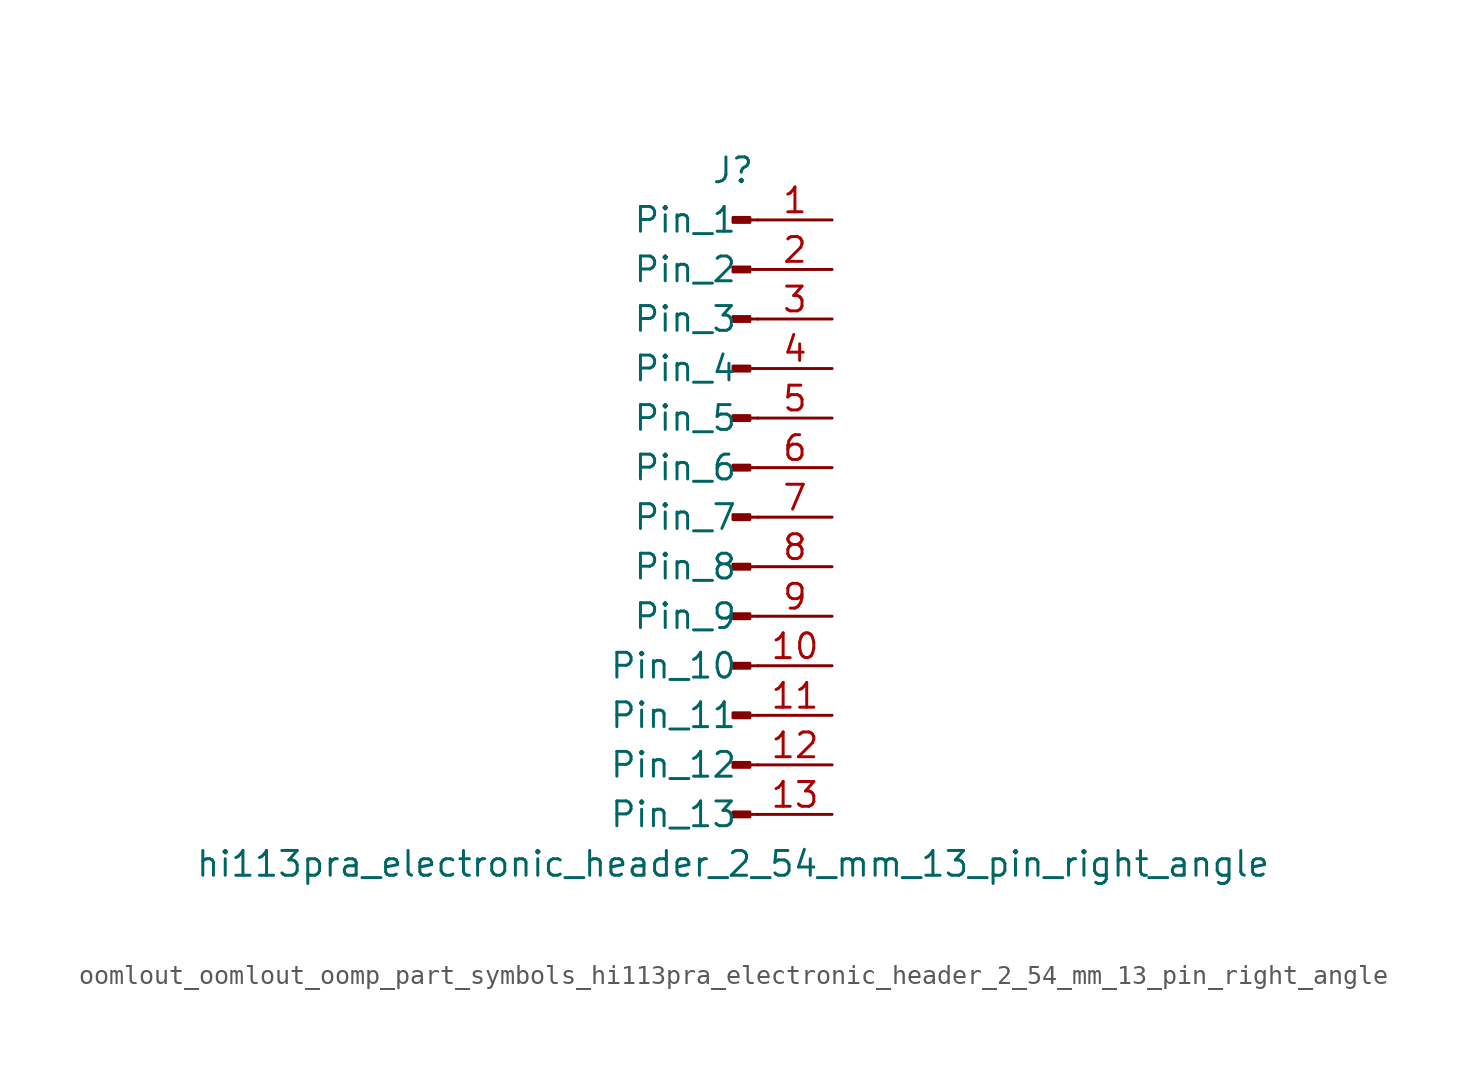
<source format=kicad_sym>
(kicad_symbol_lib
  (version 20220914)
  (generator kicad_symbol_editor)
  (symbol "oomlout_oomlout_oomp_part_symbols_hi113pra_electronic_header_2_54_mm_13_pin_right_angle"
    (pin_names
      (offset 1.016))
    (property "Reference" "J"
      (at 0 17.78 0)
      (effects (font (size 1.27 1.27))))
    (property "Value" "hi113pra_electronic_header_2_54_mm_13_pin_right_angle"
      (at 0 -17.78 0)
      (effects (font (size 1.27 1.27))))
    (property "ki_locked" ""
      (at 0 0 0)
      (effects (font (size 1.27 1.27))))
    (symbol "oomlout_oomlout_oomp_part_symbols_hi113pra_electronic_header_2_54_mm_13_pin_right_angle_1_1"
      (polyline (pts (xy 1.27 -15.24) (xy 0.864 -15.24)) (stroke (width 0.152) (type default)) (fill (type none)))
      (polyline (pts (xy 1.27 -12.7) (xy 0.864 -12.7)) (stroke (width 0.152) (type default)) (fill (type none)))
      (polyline (pts (xy 1.27 -10.16) (xy 0.864 -10.16)) (stroke (width 0.152) (type default)) (fill (type none)))
      (polyline (pts (xy 1.27 -7.62) (xy 0.864 -7.62)) (stroke (width 0.152) (type default)) (fill (type none)))
      (polyline (pts (xy 1.27 -5.08) (xy 0.864 -5.08)) (stroke (width 0.152) (type default)) (fill (type none)))
      (polyline (pts (xy 1.27 -2.54) (xy 0.864 -2.54)) (stroke (width 0.152) (type default)) (fill (type none)))
      (polyline (pts (xy 1.27 0) (xy 0.864 0)) (stroke (width 0.152) (type default)) (fill (type none)))
      (polyline (pts (xy 1.27 2.54) (xy 0.864 2.54)) (stroke (width 0.152) (type default)) (fill (type none)))
      (polyline (pts (xy 1.27 5.08) (xy 0.864 5.08)) (stroke (width 0.152) (type default)) (fill (type none)))
      (polyline (pts (xy 1.27 7.62) (xy 0.864 7.62)) (stroke (width 0.152) (type default)) (fill (type none)))
      (polyline (pts (xy 1.27 10.16) (xy 0.864 10.16)) (stroke (width 0.152) (type default)) (fill (type none)))
      (polyline (pts (xy 1.27 12.7) (xy 0.864 12.7)) (stroke (width 0.152) (type default)) (fill (type none)))
      (polyline (pts (xy 1.27 15.24) (xy 0.864 15.24)) (stroke (width 0.152) (type default)) (fill (type none)))
      (rectangle (start 0.864 -15.113) (end 0 -15.367) (stroke (width 0.152) (type default)) (fill (type outline)))
      (rectangle (start 0.864 -12.573) (end 0 -12.827) (stroke (width 0.152) (type default)) (fill (type outline)))
      (rectangle (start 0.864 -10.033) (end 0 -10.287) (stroke (width 0.152) (type default)) (fill (type outline)))
      (rectangle (start 0.864 -7.493) (end 0 -7.747) (stroke (width 0.152) (type default)) (fill (type outline)))
      (rectangle (start 0.864 -4.953) (end 0 -5.207) (stroke (width 0.152) (type default)) (fill (type outline)))
      (rectangle (start 0.864 -2.413) (end 0 -2.667) (stroke (width 0.152) (type default)) (fill (type outline)))
      (rectangle (start 0.864 0.127) (end 0 -0.127) (stroke (width 0.152) (type default)) (fill (type outline)))
      (rectangle (start 0.864 2.667) (end 0 2.413) (stroke (width 0.152) (type default)) (fill (type outline)))
      (rectangle (start 0.864 5.207) (end 0 4.953) (stroke (width 0.152) (type default)) (fill (type outline)))
      (rectangle (start 0.864 7.747) (end 0 7.493) (stroke (width 0.152) (type default)) (fill (type outline)))
      (rectangle (start 0.864 10.287) (end 0 10.033) (stroke (width 0.152) (type default)) (fill (type outline)))
      (rectangle (start 0.864 12.827) (end 0 12.573) (stroke (width 0.152) (type default)) (fill (type outline)))
      (rectangle (start 0.864 15.367) (end 0 15.113) (stroke (width 0.152) (type default)) (fill (type outline)))
      (pin passive line (at 5.08 15.24 180) (length 3.81) (name "Pin_1" (effects (font (size 1.27 1.27)))) (number "1" (effects (font (size 1.27 1.27)))))
      (pin passive line (at 5.08 -7.62 180) (length 3.81) (name "Pin_10" (effects (font (size 1.27 1.27)))) (number "10" (effects (font (size 1.27 1.27)))))
      (pin passive line (at 5.08 -10.16 180) (length 3.81) (name "Pin_11" (effects (font (size 1.27 1.27)))) (number "11" (effects (font (size 1.27 1.27)))))
      (pin passive line (at 5.08 -12.7 180) (length 3.81) (name "Pin_12" (effects (font (size 1.27 1.27)))) (number "12" (effects (font (size 1.27 1.27)))))
      (pin passive line (at 5.08 -15.24 180) (length 3.81) (name "Pin_13" (effects (font (size 1.27 1.27)))) (number "13" (effects (font (size 1.27 1.27)))))
      (pin passive line (at 5.08 12.7 180) (length 3.81) (name "Pin_2" (effects (font (size 1.27 1.27)))) (number "2" (effects (font (size 1.27 1.27)))))
      (pin passive line (at 5.08 10.16 180) (length 3.81) (name "Pin_3" (effects (font (size 1.27 1.27)))) (number "3" (effects (font (size 1.27 1.27)))))
      (pin passive line (at 5.08 7.62 180) (length 3.81) (name "Pin_4" (effects (font (size 1.27 1.27)))) (number "4" (effects (font (size 1.27 1.27)))))
      (pin passive line (at 5.08 5.08 180) (length 3.81) (name "Pin_5" (effects (font (size 1.27 1.27)))) (number "5" (effects (font (size 1.27 1.27)))))
      (pin passive line (at 5.08 2.54 180) (length 3.81) (name "Pin_6" (effects (font (size 1.27 1.27)))) (number "6" (effects (font (size 1.27 1.27)))))
      (pin passive line (at 5.08 0 180) (length 3.81) (name "Pin_7" (effects (font (size 1.27 1.27)))) (number "7" (effects (font (size 1.27 1.27)))))
      (pin passive line (at 5.08 -2.54 180) (length 3.81) (name "Pin_8" (effects (font (size 1.27 1.27)))) (number "8" (effects (font (size 1.27 1.27)))))
      (pin passive line (at 5.08 -5.08 180) (length 3.81) (name "Pin_9" (effects (font (size 1.27 1.27)))) (number "9" (effects (font (size 1.27 1.27))))))))
</source>
